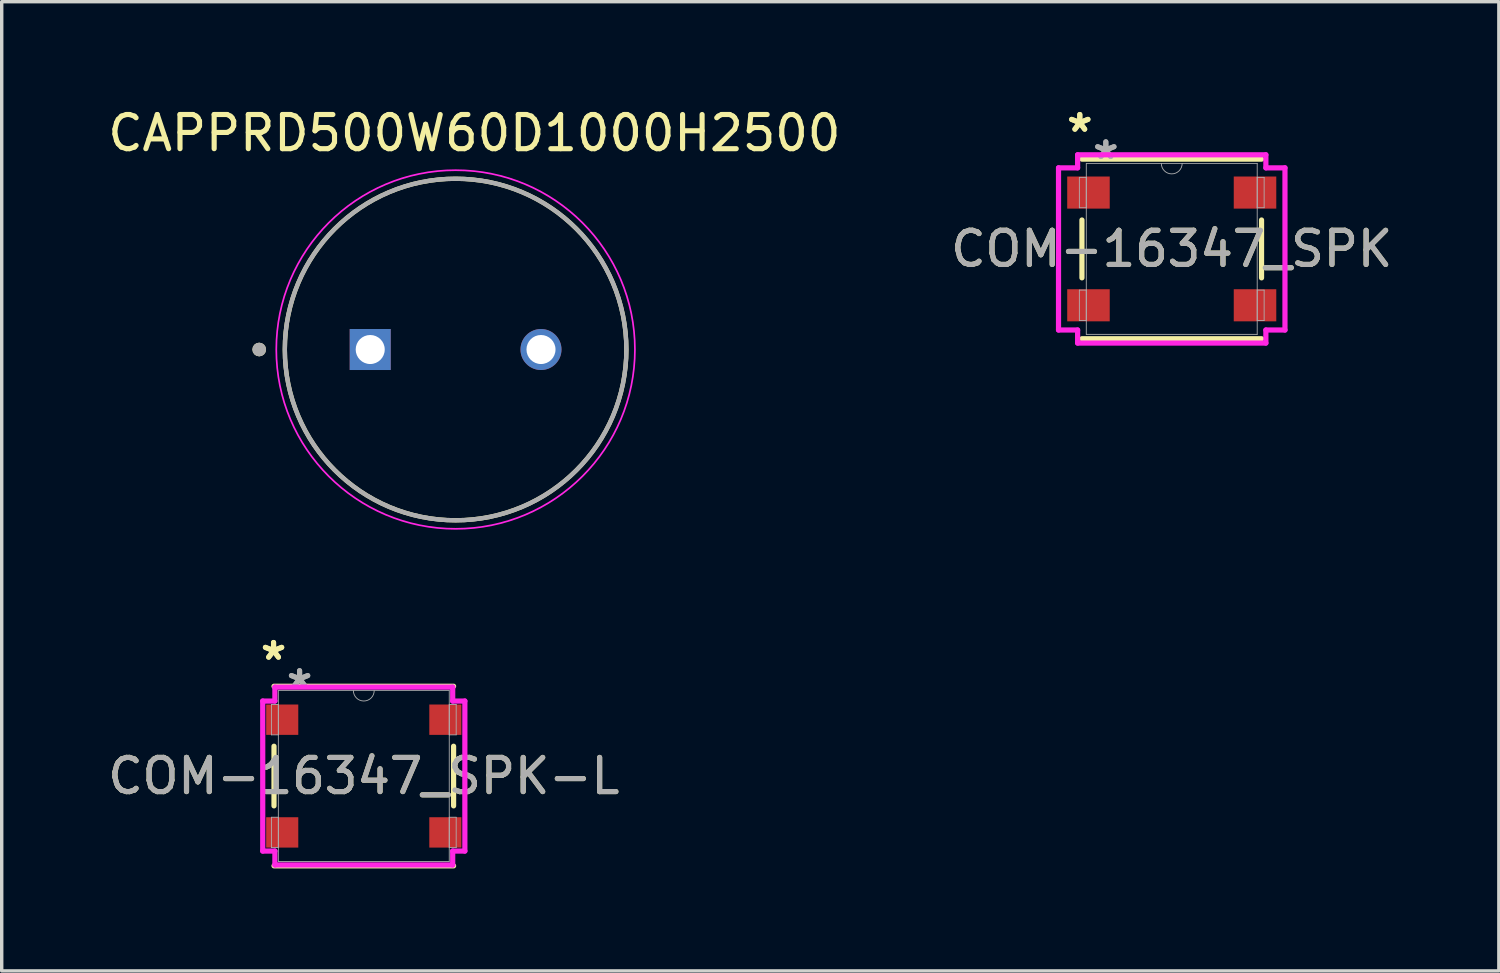
<source format=kicad_pcb>
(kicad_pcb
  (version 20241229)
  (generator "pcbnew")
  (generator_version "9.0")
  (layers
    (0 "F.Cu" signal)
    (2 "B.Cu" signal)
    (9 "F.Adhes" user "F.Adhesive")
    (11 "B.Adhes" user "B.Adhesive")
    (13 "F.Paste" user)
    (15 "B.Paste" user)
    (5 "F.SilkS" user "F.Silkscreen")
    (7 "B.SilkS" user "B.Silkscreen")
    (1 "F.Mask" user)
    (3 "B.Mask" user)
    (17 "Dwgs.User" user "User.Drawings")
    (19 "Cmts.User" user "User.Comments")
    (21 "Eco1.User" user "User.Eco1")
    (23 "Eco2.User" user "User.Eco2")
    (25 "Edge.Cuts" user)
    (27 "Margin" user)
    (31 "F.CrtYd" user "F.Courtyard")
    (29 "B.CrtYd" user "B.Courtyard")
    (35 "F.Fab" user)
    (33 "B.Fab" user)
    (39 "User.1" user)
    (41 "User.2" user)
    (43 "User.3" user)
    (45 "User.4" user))
  (footprint "CAPPRD500W60D1000H2500"
    (layer "F.Cu")
    (at 10.289 7.183)
    (property "Reference" "CAPPRD500W60D1000H2500" (at 0.55 -6.335 0) (layer "F.SilkS") (effects (font (size 1 1) (thickness 0.15))))
    (attr through_hole)
    (fp_circle (center -5.75 0) (end -5.65 0) (stroke (width 0.2) (type solid)) (fill no) (layer "F.SilkS"))
    (fp_circle (center 0 0) (end 5 0) (stroke (width 0.127) (type solid)) (fill no) (layer "F.SilkS"))
    (fp_circle (center 0 0) (end 5.25 0) (stroke (width 0.05) (type solid)) (fill no) (layer "F.CrtYd"))
    (fp_circle (center -5.75 0) (end -5.65 0) (stroke (width 0.2) (type solid)) (fill no) (layer "F.Fab"))
    (fp_circle (center 0 0) (end 5 0) (stroke (width 0.127) (type solid)) (fill no) (layer "F.Fab"))
    (pad "1" thru_hole rect (at -2.5 0) (size 1.2 1.2) (drill 0.85) (layers "*.Cu" "*.Mask"))
    (pad "2" thru_hole circle (at 2.5 0) (size 1.2 1.2) (drill 0.85) (layers "*.Cu" "*.Mask")))
  (footprint "COM-16347_SPK-L"
    (layer "F.Cu")
    (at 7.601 19.671)
    (property "Reference" "COM-16347_SPK-L" (at 0 0 0) (unlocked yes) (layer "F.SilkS") (effects (font (size 1 1) (thickness 0.15))))
    (attr smd)
    (fp_line (start -2.629 -0.873) (end -2.629 0.873) (stroke (width 0.152) (type solid)) (layer "F.SilkS"))
    (fp_line (start -2.629 2.629) (end 2.629 2.629) (stroke (width 0.152) (type solid)) (layer "F.SilkS"))
    (fp_line (start 2.629 -2.629) (end -2.629 -2.629) (stroke (width 0.152) (type solid)) (layer "F.SilkS"))
    (fp_line (start 2.629 0.873) (end 2.629 -0.873) (stroke (width 0.152) (type solid)) (layer "F.SilkS"))
    (fp_line (start -2.959 -2.196) (end -2.603 -2.196) (stroke (width 0.152) (type solid)) (layer "F.CrtYd"))
    (fp_line (start -2.959 2.196) (end -2.959 -2.196) (stroke (width 0.152) (type solid)) (layer "F.CrtYd"))
    (fp_line (start -2.959 2.196) (end -2.603 2.196) (stroke (width 0.152) (type solid)) (layer "F.CrtYd"))
    (fp_line (start -2.603 -2.603) (end 2.603 -2.603) (stroke (width 0.152) (type solid)) (layer "F.CrtYd"))
    (fp_line (start -2.603 -2.196) (end -2.603 -2.603) (stroke (width 0.152) (type solid)) (layer "F.CrtYd"))
    (fp_line (start -2.603 2.603) (end -2.603 2.196) (stroke (width 0.152) (type solid)) (layer "F.CrtYd"))
    (fp_line (start 2.603 -2.603) (end 2.603 -2.196) (stroke (width 0.152) (type solid)) (layer "F.CrtYd"))
    (fp_line (start 2.603 2.196) (end 2.603 2.603) (stroke (width 0.152) (type solid)) (layer "F.CrtYd"))
    (fp_line (start 2.603 2.603) (end -2.603 2.603) (stroke (width 0.152) (type solid)) (layer "F.CrtYd"))
    (fp_line (start 2.959 -2.196) (end 2.603 -2.196) (stroke (width 0.152) (type solid)) (layer "F.CrtYd"))
    (fp_line (start 2.959 -2.196) (end 2.959 2.196) (stroke (width 0.152) (type solid)) (layer "F.CrtYd"))
    (fp_line (start 2.959 2.196) (end 2.603 2.196) (stroke (width 0.152) (type solid)) (layer "F.CrtYd"))
    (fp_line (start -2.705 -2.095) (end -2.705 -1.206) (stroke (width 0.025) (type solid)) (layer "F.Fab"))
    (fp_line (start -2.705 -1.206) (end -2.502 -1.206) (stroke (width 0.025) (type solid)) (layer "F.Fab"))
    (fp_line (start -2.705 1.206) (end -2.705 2.095) (stroke (width 0.025) (type solid)) (layer "F.Fab"))
    (fp_line (start -2.705 2.095) (end -2.502 2.095) (stroke (width 0.025) (type solid)) (layer "F.Fab"))
    (fp_line (start -2.502 -2.502) (end -2.502 2.502) (stroke (width 0.025) (type solid)) (layer "F.Fab"))
    (fp_line (start -2.502 -2.095) (end -2.705 -2.095) (stroke (width 0.025) (type solid)) (layer "F.Fab"))
    (fp_line (start -2.502 -1.206) (end -2.502 -2.095) (stroke (width 0.025) (type solid)) (layer "F.Fab"))
    (fp_line (start -2.502 1.206) (end -2.705 1.206) (stroke (width 0.025) (type solid)) (layer "F.Fab"))
    (fp_line (start -2.502 2.095) (end -2.502 1.206) (stroke (width 0.025) (type solid)) (layer "F.Fab"))
    (fp_line (start -2.502 2.502) (end 2.502 2.502) (stroke (width 0.025) (type solid)) (layer "F.Fab"))
    (fp_line (start 2.502 -2.502) (end -2.502 -2.502) (stroke (width 0.025) (type solid)) (layer "F.Fab"))
    (fp_line (start 2.502 -2.095) (end 2.502 -1.206) (stroke (width 0.025) (type solid)) (layer "F.Fab"))
    (fp_line (start 2.502 -1.206) (end 2.705 -1.206) (stroke (width 0.025) (type solid)) (layer "F.Fab"))
    (fp_line (start 2.502 1.206) (end 2.502 2.095) (stroke (width 0.025) (type solid)) (layer "F.Fab"))
    (fp_line (start 2.502 2.095) (end 2.705 2.095) (stroke (width 0.025) (type solid)) (layer "F.Fab"))
    (fp_line (start 2.502 2.502) (end 2.502 -2.502) (stroke (width 0.025) (type solid)) (layer "F.Fab"))
    (fp_line (start 2.705 -2.095) (end 2.502 -2.095) (stroke (width 0.025) (type solid)) (layer "F.Fab"))
    (fp_line (start 2.705 -1.206) (end 2.705 -2.095) (stroke (width 0.025) (type solid)) (layer "F.Fab"))
    (fp_line (start 2.705 1.206) (end 2.502 1.206) (stroke (width 0.025) (type solid)) (layer "F.Fab"))
    (fp_line (start 2.705 2.095) (end 2.705 1.206) (stroke (width 0.025) (type solid)) (layer "F.Fab"))
    (fp_arc (start 0.3048 -2.5019) (mid 0 -2.1971) (end -0.3048 -2.5019) (stroke (width 0.0254) (type solid)) (layer "F.Fab"))
    (fp_text user "*" (at -2.642 -3.365 0) (unlocked yes) (layer "F.SilkS") (effects (font (size 1 1) (thickness 0.15))))
    (fp_text user "*" (at -2.642 -3.365 0) (layer "F.SilkS") (effects (font (size 1 1) (thickness 0.15))))
    (fp_text user "${REFERENCE}" (at 0 0 0) (unlocked yes) (layer "F.Fab") (effects (font (size 1 1) (thickness 0.15))))
    (fp_text user "*" (at -1.88 -2.539 0) (unlocked yes) (layer "F.Fab") (effects (font (size 1 1) (thickness 0.15))))
    (fp_text user "*" (at -1.88 -2.539 0) (layer "F.Fab") (effects (font (size 1 1) (thickness 0.15))))
    (pad "1" smd rect (at -2.388 -1.65) (size 0.94 0.889) (layers "F.Cu" "F.Mask" "F.Paste"))
    (pad "2" smd rect (at -2.388 1.65) (size 0.94 0.889) (layers "F.Cu" "F.Mask" "F.Paste"))
    (pad "3" smd rect (at 2.388 1.65) (size 0.94 0.889) (layers "F.Cu" "F.Mask" "F.Paste"))
    (pad "4" smd rect (at 2.388 -1.65) (size 0.94 0.889) (layers "F.Cu" "F.Mask" "F.Paste")))
  (footprint "COM-16347_SPK"
    (layer "F.Cu")
    (at 31.256 4.238)
    (property "Reference" "COM-16347_SPK" (at 0 0 0) (unlocked yes) (layer "F.SilkS") (effects (font (size 1 1) (thickness 0.15))))
    (attr smd)
    (fp_line (start -2.629 -0.847) (end -2.629 0.847) (stroke (width 0.152) (type solid)) (layer "F.SilkS"))
    (fp_line (start -2.629 2.629) (end 2.629 2.629) (stroke (width 0.152) (type solid)) (layer "F.SilkS"))
    (fp_line (start 2.629 -2.629) (end -2.629 -2.629) (stroke (width 0.152) (type solid)) (layer "F.SilkS"))
    (fp_line (start 2.629 0.847) (end 2.629 -0.847) (stroke (width 0.152) (type solid)) (layer "F.SilkS"))
    (fp_line (start -3.315 -2.374) (end -2.756 -2.374) (stroke (width 0.152) (type solid)) (layer "F.CrtYd"))
    (fp_line (start -3.315 2.374) (end -3.315 -2.374) (stroke (width 0.152) (type solid)) (layer "F.CrtYd"))
    (fp_line (start -3.315 2.374) (end -2.756 2.374) (stroke (width 0.152) (type solid)) (layer "F.CrtYd"))
    (fp_line (start -2.756 -2.756) (end 2.756 -2.756) (stroke (width 0.152) (type solid)) (layer "F.CrtYd"))
    (fp_line (start -2.756 -2.374) (end -2.756 -2.756) (stroke (width 0.152) (type solid)) (layer "F.CrtYd"))
    (fp_line (start -2.756 2.756) (end -2.756 2.374) (stroke (width 0.152) (type solid)) (layer "F.CrtYd"))
    (fp_line (start 2.756 -2.756) (end 2.756 -2.374) (stroke (width 0.152) (type solid)) (layer "F.CrtYd"))
    (fp_line (start 2.756 2.374) (end 2.756 2.756) (stroke (width 0.152) (type solid)) (layer "F.CrtYd"))
    (fp_line (start 2.756 2.756) (end -2.756 2.756) (stroke (width 0.152) (type solid)) (layer "F.CrtYd"))
    (fp_line (start 3.315 -2.374) (end 2.756 -2.374) (stroke (width 0.152) (type solid)) (layer "F.CrtYd"))
    (fp_line (start 3.315 -2.374) (end 3.315 2.374) (stroke (width 0.152) (type solid)) (layer "F.CrtYd"))
    (fp_line (start 3.315 2.374) (end 2.756 2.374) (stroke (width 0.152) (type solid)) (layer "F.CrtYd"))
    (fp_line (start -2.705 -2.095) (end -2.705 -1.206) (stroke (width 0.025) (type solid)) (layer "F.Fab"))
    (fp_line (start -2.705 -1.206) (end -2.502 -1.206) (stroke (width 0.025) (type solid)) (layer "F.Fab"))
    (fp_line (start -2.705 1.206) (end -2.705 2.095) (stroke (width 0.025) (type solid)) (layer "F.Fab"))
    (fp_line (start -2.705 2.095) (end -2.502 2.095) (stroke (width 0.025) (type solid)) (layer "F.Fab"))
    (fp_line (start -2.502 -2.502) (end -2.502 2.502) (stroke (width 0.025) (type solid)) (layer "F.Fab"))
    (fp_line (start -2.502 -2.095) (end -2.705 -2.095) (stroke (width 0.025) (type solid)) (layer "F.Fab"))
    (fp_line (start -2.502 -1.206) (end -2.502 -2.095) (stroke (width 0.025) (type solid)) (layer "F.Fab"))
    (fp_line (start -2.502 1.206) (end -2.705 1.206) (stroke (width 0.025) (type solid)) (layer "F.Fab"))
    (fp_line (start -2.502 2.095) (end -2.502 1.206) (stroke (width 0.025) (type solid)) (layer "F.Fab"))
    (fp_line (start -2.502 2.502) (end 2.502 2.502) (stroke (width 0.025) (type solid)) (layer "F.Fab"))
    (fp_line (start 2.502 -2.502) (end -2.502 -2.502) (stroke (width 0.025) (type solid)) (layer "F.Fab"))
    (fp_line (start 2.502 -2.095) (end 2.502 -1.206) (stroke (width 0.025) (type solid)) (layer "F.Fab"))
    (fp_line (start 2.502 -1.206) (end 2.705 -1.206) (stroke (width 0.025) (type solid)) (layer "F.Fab"))
    (fp_line (start 2.502 1.206) (end 2.502 2.095) (stroke (width 0.025) (type solid)) (layer "F.Fab"))
    (fp_line (start 2.502 2.095) (end 2.705 2.095) (stroke (width 0.025) (type solid)) (layer "F.Fab"))
    (fp_line (start 2.502 2.502) (end 2.502 -2.502) (stroke (width 0.025) (type solid)) (layer "F.Fab"))
    (fp_line (start 2.705 -2.095) (end 2.502 -2.095) (stroke (width 0.025) (type solid)) (layer "F.Fab"))
    (fp_line (start 2.705 -1.206) (end 2.705 -2.095) (stroke (width 0.025) (type solid)) (layer "F.Fab"))
    (fp_line (start 2.705 1.206) (end 2.502 1.206) (stroke (width 0.025) (type solid)) (layer "F.Fab"))
    (fp_line (start 2.705 2.095) (end 2.705 1.206) (stroke (width 0.025) (type solid)) (layer "F.Fab"))
    (fp_arc (start 0.3048 -2.5019) (mid 0 -2.1971) (end -0.3048 -2.5019) (stroke (width 0.0254) (type solid)) (layer "F.Fab"))
    (fp_text user "*" (at -2.692 -3.39 0) (unlocked yes) (layer "F.SilkS") (effects (font (size 1 1) (thickness 0.15))))
    (fp_text user "*" (at -2.692 -3.39 0) (layer "F.SilkS") (effects (font (size 1 1) (thickness 0.15))))
    (fp_text user "${REFERENCE}" (at 0 0 0) (unlocked yes) (layer "F.Fab") (effects (font (size 1 1) (thickness 0.15))))
    (fp_text user "*" (at -1.93 -2.59 0) (unlocked yes) (layer "F.Fab") (effects (font (size 1 1) (thickness 0.15))))
    (fp_text user "*" (at -1.93 -2.59 0) (layer "F.Fab") (effects (font (size 1 1) (thickness 0.15))))
    (pad "1" smd rect (at -2.438 -1.65) (size 1.245 0.94) (layers "F.Cu" "F.Mask" "F.Paste"))
    (pad "2" smd rect (at -2.438 1.65) (size 1.245 0.94) (layers "F.Cu" "F.Mask" "F.Paste"))
    (pad "3" smd rect (at 2.438 1.65) (size 1.245 0.94) (layers "F.Cu" "F.Mask" "F.Paste"))
    (pad "4" smd rect (at 2.438 -1.65) (size 1.245 0.94) (layers "F.Cu" "F.Mask" "F.Paste")))
  (gr_rect
    (start -3 -3)
    (end 40.833 25.376)
    (stroke (width 0.1) (type default))
    (fill no)
    (layer "Edge.Cuts")))
</source>
